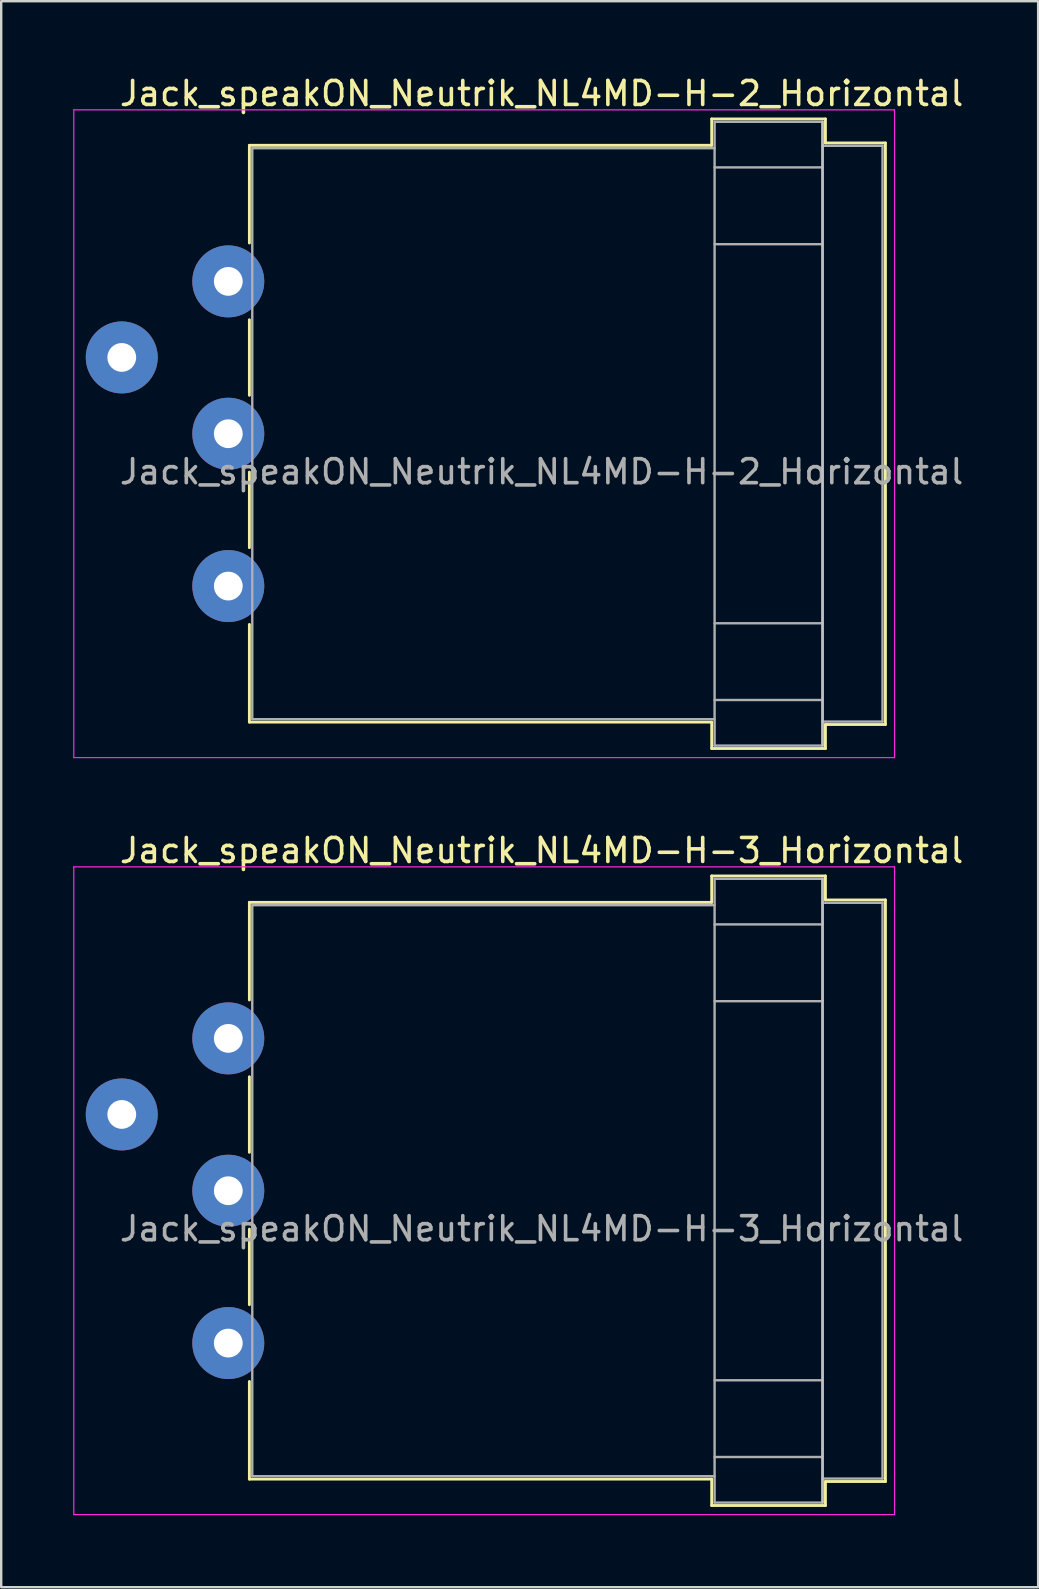
<source format=kicad_pcb>
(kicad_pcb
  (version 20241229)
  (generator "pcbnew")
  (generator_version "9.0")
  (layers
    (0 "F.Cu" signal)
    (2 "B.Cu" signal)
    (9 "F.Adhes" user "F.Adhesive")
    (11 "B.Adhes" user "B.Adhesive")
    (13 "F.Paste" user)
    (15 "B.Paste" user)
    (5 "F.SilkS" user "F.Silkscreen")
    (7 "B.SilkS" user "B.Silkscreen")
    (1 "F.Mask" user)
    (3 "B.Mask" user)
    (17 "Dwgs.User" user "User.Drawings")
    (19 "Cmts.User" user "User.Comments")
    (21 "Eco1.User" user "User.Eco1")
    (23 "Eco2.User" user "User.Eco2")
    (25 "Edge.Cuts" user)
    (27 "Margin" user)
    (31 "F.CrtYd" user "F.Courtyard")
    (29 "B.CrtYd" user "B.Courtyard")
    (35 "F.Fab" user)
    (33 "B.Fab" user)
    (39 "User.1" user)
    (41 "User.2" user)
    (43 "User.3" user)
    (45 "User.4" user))
  (footprint "Jack_speakON_Neutrik_NL4MD-H-2_Horizontal"
    (layer "F.Cu")
    (at 2.025 11.848)
    (property "Reference" "Jack_speakON_Neutrik_NL4MD-H-2_Horizontal" (at 17.5 -11 0) (layer "F.SilkS") (effects (font (size 1 1) (thickness 0.15))))
    (attr through_hole)
    (fp_line (start 5.32 -8.84) (end 24.59 -8.84) (stroke (width 0.12) (type solid)) (layer "F.SilkS"))
    (fp_line (start 5.32 -4.77) (end 5.32 -8.84) (stroke (width 0.12) (type solid)) (layer "F.SilkS"))
    (fp_line (start 5.32 1.58) (end 5.32 -1.57) (stroke (width 0.12) (type solid)) (layer "F.SilkS"))
    (fp_line (start 5.32 7.93) (end 5.32 4.78) (stroke (width 0.12) (type solid)) (layer "F.SilkS"))
    (fp_line (start 5.32 15.2) (end 5.32 11.13) (stroke (width 0.12) (type solid)) (layer "F.SilkS"))
    (fp_line (start 5.32 15.2) (end 24.59 15.2) (stroke (width 0.12) (type solid)) (layer "F.SilkS"))
    (fp_line (start 24.59 -9.94) (end 24.59 -8.84) (stroke (width 0.12) (type solid)) (layer "F.SilkS"))
    (fp_line (start 24.59 -9.94) (end 29.33 -9.94) (stroke (width 0.12) (type solid)) (layer "F.SilkS"))
    (fp_line (start 24.59 16.3) (end 24.59 15.2) (stroke (width 0.12) (type solid)) (layer "F.SilkS"))
    (fp_line (start 24.59 16.3) (end 29.33 16.3) (stroke (width 0.12) (type solid)) (layer "F.SilkS"))
    (fp_line (start 29.33 -9.94) (end 29.33 -8.94) (stroke (width 0.12) (type solid)) (layer "F.SilkS"))
    (fp_line (start 29.33 16.3) (end 29.33 15.3) (stroke (width 0.12) (type solid)) (layer "F.SilkS"))
    (fp_line (start 31.83 -8.94) (end 29.33 -8.94) (stroke (width 0.12) (type solid)) (layer "F.SilkS"))
    (fp_line (start 31.83 15.3) (end 29.33 15.3) (stroke (width 0.12) (type solid)) (layer "F.SilkS"))
    (fp_line (start 31.83 15.3) (end 31.83 -8.94) (stroke (width 0.12) (type solid)) (layer "F.SilkS"))
    (fp_line (start 29.21 16.18) (end 29.21 -9.82) (stroke (width 0.1) (type solid)) (layer "Dwgs.User"))
    (fp_line (start -2 16.68) (end -2 -10.32) (stroke (width 0.05) (type solid)) (layer "F.CrtYd"))
    (fp_line (start -2 16.68) (end 32.21 16.68) (stroke (width 0.05) (type solid)) (layer "F.CrtYd"))
    (fp_line (start 32.21 -10.32) (end -2 -10.32) (stroke (width 0.05) (type solid)) (layer "F.CrtYd"))
    (fp_line (start 32.21 -10.32) (end 32.21 16.68) (stroke (width 0.05) (type solid)) (layer "F.CrtYd"))
    (fp_line (start 5.44 -8.72) (end 24.71 -8.72) (stroke (width 0.1) (type solid)) (layer "F.Fab"))
    (fp_line (start 5.44 15.08) (end 5.44 -8.72) (stroke (width 0.1) (type solid)) (layer "F.Fab"))
    (fp_line (start 5.44 15.08) (end 24.71 15.08) (stroke (width 0.1) (type solid)) (layer "F.Fab"))
    (fp_line (start 24.71 -9.82) (end 29.21 -9.82) (stroke (width 0.1) (type solid)) (layer "F.Fab"))
    (fp_line (start 24.71 -7.92) (end 29.21 -7.92) (stroke (width 0.1) (type solid)) (layer "F.Fab"))
    (fp_line (start 24.71 -4.72) (end 29.21 -4.72) (stroke (width 0.1) (type solid)) (layer "F.Fab"))
    (fp_line (start 24.71 11.08) (end 29.21 11.08) (stroke (width 0.1) (type solid)) (layer "F.Fab"))
    (fp_line (start 24.71 14.28) (end 29.21 14.28) (stroke (width 0.1) (type solid)) (layer "F.Fab"))
    (fp_line (start 24.71 16.18) (end 24.71 -9.82) (stroke (width 0.1) (type solid)) (layer "F.Fab"))
    (fp_line (start 24.71 16.18) (end 29.21 16.18) (stroke (width 0.1) (type solid)) (layer "F.Fab"))
    (fp_line (start 29.21 16.18) (end 29.21 -9.82) (stroke (width 0.1) (type solid)) (layer "F.Fab"))
    (fp_line (start 31.71 -8.82) (end 29.21 -8.82) (stroke (width 0.1) (type solid)) (layer "F.Fab"))
    (fp_line (start 31.71 15.18) (end 29.21 15.18) (stroke (width 0.1) (type solid)) (layer "F.Fab"))
    (fp_line (start 31.71 15.18) (end 31.71 -8.82) (stroke (width 0.1) (type solid)) (layer "F.Fab"))
    (fp_text user "${REFERENCE}" (at 17.5 4.765 0) (layer "F.Fab") (effects (font (size 1 1) (thickness 0.15))))
    (pad "1+" thru_hole circle (at 0 0) (size 3 3) (drill 1.2) (layers "*.Cu" "*.Mask"))
    (pad "1-" thru_hole circle (at 4.44 9.53) (size 3 3) (drill 1.2) (layers "*.Cu" "*.Mask"))
    (pad "2+" thru_hole circle (at 4.44 3.18) (size 3 3) (drill 1.2) (layers "*.Cu" "*.Mask"))
    (pad "2-" thru_hole circle (at 4.44 -3.17) (size 3 3) (drill 1.2) (layers "*.Cu" "*.Mask")))
  (footprint "Jack_speakON_Neutrik_NL4MD-H-3_Horizontal"
    (layer "F.Cu")
    (at 2.025 43.401)
    (property "Reference" "Jack_speakON_Neutrik_NL4MD-H-3_Horizontal" (at 17.5 -11 0) (layer "F.SilkS") (effects (font (size 1 1) (thickness 0.15))))
    (attr through_hole)
    (fp_line (start 5.32 -8.84) (end 24.59 -8.84) (stroke (width 0.12) (type solid)) (layer "F.SilkS"))
    (fp_line (start 5.32 -4.77) (end 5.32 -8.84) (stroke (width 0.12) (type solid)) (layer "F.SilkS"))
    (fp_line (start 5.32 1.58) (end 5.32 -1.57) (stroke (width 0.12) (type solid)) (layer "F.SilkS"))
    (fp_line (start 5.32 7.93) (end 5.32 4.78) (stroke (width 0.12) (type solid)) (layer "F.SilkS"))
    (fp_line (start 5.32 15.2) (end 5.32 11.13) (stroke (width 0.12) (type solid)) (layer "F.SilkS"))
    (fp_line (start 5.32 15.2) (end 24.59 15.2) (stroke (width 0.12) (type solid)) (layer "F.SilkS"))
    (fp_line (start 24.59 -9.94) (end 24.59 -8.84) (stroke (width 0.12) (type solid)) (layer "F.SilkS"))
    (fp_line (start 24.59 -9.94) (end 29.33 -9.94) (stroke (width 0.12) (type solid)) (layer "F.SilkS"))
    (fp_line (start 24.59 16.3) (end 24.59 15.2) (stroke (width 0.12) (type solid)) (layer "F.SilkS"))
    (fp_line (start 24.59 16.3) (end 29.33 16.3) (stroke (width 0.12) (type solid)) (layer "F.SilkS"))
    (fp_line (start 29.33 -9.94) (end 29.33 -8.94) (stroke (width 0.12) (type solid)) (layer "F.SilkS"))
    (fp_line (start 29.33 16.3) (end 29.33 15.3) (stroke (width 0.12) (type solid)) (layer "F.SilkS"))
    (fp_line (start 31.83 -8.94) (end 29.33 -8.94) (stroke (width 0.12) (type solid)) (layer "F.SilkS"))
    (fp_line (start 31.83 15.3) (end 29.33 15.3) (stroke (width 0.12) (type solid)) (layer "F.SilkS"))
    (fp_line (start 31.83 15.3) (end 31.83 -8.94) (stroke (width 0.12) (type solid)) (layer "F.SilkS"))
    (fp_line (start 29.21 16.18) (end 29.21 -9.82) (stroke (width 0.1) (type solid)) (layer "Dwgs.User"))
    (fp_line (start -2 16.68) (end -2 -10.32) (stroke (width 0.05) (type solid)) (layer "F.CrtYd"))
    (fp_line (start -2 16.68) (end 32.21 16.68) (stroke (width 0.05) (type solid)) (layer "F.CrtYd"))
    (fp_line (start 32.21 -10.32) (end -2 -10.32) (stroke (width 0.05) (type solid)) (layer "F.CrtYd"))
    (fp_line (start 32.21 -10.32) (end 32.21 16.68) (stroke (width 0.05) (type solid)) (layer "F.CrtYd"))
    (fp_line (start 5.44 -8.72) (end 24.71 -8.72) (stroke (width 0.1) (type solid)) (layer "F.Fab"))
    (fp_line (start 5.44 15.08) (end 5.44 -8.72) (stroke (width 0.1) (type solid)) (layer "F.Fab"))
    (fp_line (start 5.44 15.08) (end 24.71 15.08) (stroke (width 0.1) (type solid)) (layer "F.Fab"))
    (fp_line (start 24.71 -9.82) (end 29.21 -9.82) (stroke (width 0.1) (type solid)) (layer "F.Fab"))
    (fp_line (start 24.71 -7.92) (end 29.21 -7.92) (stroke (width 0.1) (type solid)) (layer "F.Fab"))
    (fp_line (start 24.71 -4.72) (end 29.21 -4.72) (stroke (width 0.1) (type solid)) (layer "F.Fab"))
    (fp_line (start 24.71 11.08) (end 29.21 11.08) (stroke (width 0.1) (type solid)) (layer "F.Fab"))
    (fp_line (start 24.71 14.28) (end 29.21 14.28) (stroke (width 0.1) (type solid)) (layer "F.Fab"))
    (fp_line (start 24.71 16.18) (end 24.71 -9.82) (stroke (width 0.1) (type solid)) (layer "F.Fab"))
    (fp_line (start 24.71 16.18) (end 29.21 16.18) (stroke (width 0.1) (type solid)) (layer "F.Fab"))
    (fp_line (start 29.21 16.18) (end 29.21 -9.82) (stroke (width 0.1) (type solid)) (layer "F.Fab"))
    (fp_line (start 31.71 -8.82) (end 29.21 -8.82) (stroke (width 0.1) (type solid)) (layer "F.Fab"))
    (fp_line (start 31.71 15.18) (end 29.21 15.18) (stroke (width 0.1) (type solid)) (layer "F.Fab"))
    (fp_line (start 31.71 15.18) (end 31.71 -8.82) (stroke (width 0.1) (type solid)) (layer "F.Fab"))
    (fp_text user "${REFERENCE}" (at 17.5 4.765 0) (layer "F.Fab") (effects (font (size 1 1) (thickness 0.15))))
    (pad "1+" thru_hole circle (at 0 0) (size 3 3) (drill 1.2) (layers "*.Cu" "*.Mask"))
    (pad "1-" thru_hole circle (at 4.44 9.53) (size 3 3) (drill 1.2) (layers "*.Cu" "*.Mask"))
    (pad "2+" thru_hole circle (at 4.44 3.18) (size 3 3) (drill 1.2) (layers "*.Cu" "*.Mask"))
    (pad "2-" thru_hole circle (at 4.44 -3.17) (size 3 3) (drill 1.2) (layers "*.Cu" "*.Mask")))
  (gr_rect
    (start -3 -3)
    (end 40.221 63.106)
    (stroke (width 0.1) (type default))
    (fill no)
    (layer "Edge.Cuts")))
</source>
